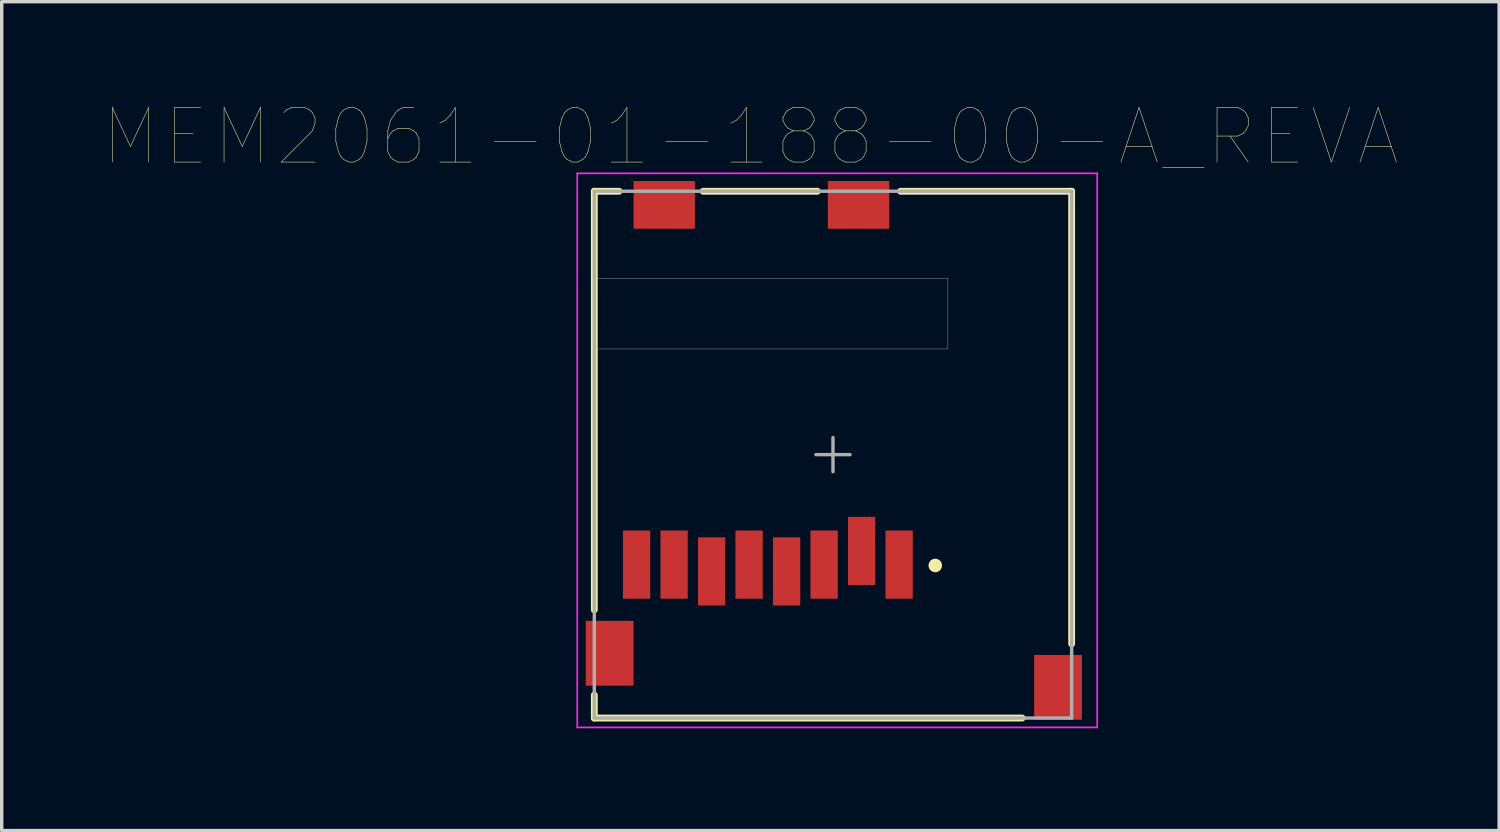
<source format=kicad_pcb>
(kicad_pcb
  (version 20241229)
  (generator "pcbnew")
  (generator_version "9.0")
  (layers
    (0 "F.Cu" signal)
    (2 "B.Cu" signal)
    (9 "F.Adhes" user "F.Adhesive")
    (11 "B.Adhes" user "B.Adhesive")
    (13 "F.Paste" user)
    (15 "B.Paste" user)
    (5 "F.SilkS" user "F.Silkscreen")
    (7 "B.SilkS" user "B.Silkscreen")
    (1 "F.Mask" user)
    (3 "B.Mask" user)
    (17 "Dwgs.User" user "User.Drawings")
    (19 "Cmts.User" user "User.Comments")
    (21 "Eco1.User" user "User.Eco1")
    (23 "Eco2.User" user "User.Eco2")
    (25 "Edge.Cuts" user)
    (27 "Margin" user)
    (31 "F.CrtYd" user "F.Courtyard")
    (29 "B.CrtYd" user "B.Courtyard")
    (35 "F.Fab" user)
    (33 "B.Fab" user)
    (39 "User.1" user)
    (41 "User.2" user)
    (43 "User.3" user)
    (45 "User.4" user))
  (footprint "MEM2061-01-188-00-A_REVA"
    (layer "F.Cu")
    (at 21.38 10.284)
    (property "Reference" "MEM2061-01-188-00-A_REVA" (at -2.421 -9.321 0) (layer "F.SilkS") (effects (font (size 1.601 1.601) (thickness 0.015))))
    (attr through_hole)
    (fp_line (start -7 -7.725) (end -6.274 -7.725) (stroke (width 0.2) (type solid)) (layer "F.SilkS"))
    (fp_line (start -7 4.55) (end -7 -7.725) (stroke (width 0.2) (type solid)) (layer "F.SilkS"))
    (fp_line (start -7 7.725) (end -7 7.05) (stroke (width 0.2) (type solid)) (layer "F.SilkS"))
    (fp_line (start -7 7.725) (end 5.55 7.725) (stroke (width 0.2) (type solid)) (layer "F.SilkS"))
    (fp_line (start -3.81 -7.725) (end -0.457 -7.725) (stroke (width 0.2) (type solid)) (layer "F.SilkS"))
    (fp_line (start 1.981 -7.725) (end 7 -7.725) (stroke (width 0.2) (type solid)) (layer "F.SilkS"))
    (fp_line (start 7 5.55) (end 7 -7.725) (stroke (width 0.2) (type solid)) (layer "F.SilkS"))
    (fp_circle (center 3 3.25) (end 3.1 3.25) (stroke (width 0.2) (type solid)) (fill no) (layer "F.SilkS"))
    (fp_poly (pts (xy -7.011 -5.175) (xy 3.37 -5.175) (xy 3.37 -3.1) (xy -7.011 -3.1)) (stroke (width 0.01) (type solid)) (fill no) (layer "Dwgs.User"))
    (fp_line (start -7.5 -8.25) (end 7.75 -8.25) (stroke (width 0.05) (type solid)) (layer "F.CrtYd"))
    (fp_line (start -7.5 8) (end -7.5 -8.25) (stroke (width 0.05) (type solid)) (layer "F.CrtYd"))
    (fp_line (start 7.75 -8.25) (end 7.75 8) (stroke (width 0.05) (type solid)) (layer "F.CrtYd"))
    (fp_line (start 7.75 8) (end -7.5 8) (stroke (width 0.05) (type solid)) (layer "F.CrtYd"))
    (fp_line (start -7 -7.725) (end 7 -7.725) (stroke (width 0.1) (type solid)) (layer "F.Fab"))
    (fp_line (start -7 7.725) (end -7 -7.725) (stroke (width 0.1) (type solid)) (layer "F.Fab"))
    (fp_line (start -7 7.725) (end 7 7.725) (stroke (width 0.1) (type solid)) (layer "F.Fab"))
    (fp_line (start -0.5 0) (end 0.5 0) (stroke (width 0.1) (type solid)) (layer "F.Fab"))
    (fp_line (start 0 0.5) (end 0 -0.5) (stroke (width 0.1) (type solid)) (layer "F.Fab"))
    (fp_line (start 7 7.725) (end 7 -7.725) (stroke (width 0.1) (type solid)) (layer "F.Fab"))
    (pad "1" smd rect (at 1.94 3.225) (size 0.8 2) (layers "F.Cu" "F.Mask" "F.Paste"))
    (pad "2" smd rect (at 0.84 2.825) (size 0.8 2) (layers "F.Cu" "F.Mask" "F.Paste"))
    (pad "3" smd rect (at -0.26 3.225) (size 0.8 2) (layers "F.Cu" "F.Mask" "F.Paste"))
    (pad "4" smd rect (at -1.36 3.425) (size 0.8 2) (layers "F.Cu" "F.Mask" "F.Paste"))
    (pad "5" smd rect (at -2.46 3.225) (size 0.8 2) (layers "F.Cu" "F.Mask" "F.Paste"))
    (pad "6" smd rect (at -3.56 3.425) (size 0.8 2) (layers "F.Cu" "F.Mask" "F.Paste"))
    (pad "7" smd rect (at -4.66 3.225) (size 0.8 2) (layers "F.Cu" "F.Mask" "F.Paste"))
    (pad "8" smd rect (at -5.76 3.225) (size 0.8 2) (layers "F.Cu" "F.Mask" "F.Paste"))
    (pad "9" smd rect (at -4.95 -7.325) (size 1.8 1.4) (layers "F.Cu" "F.Mask" "F.Paste"))
    (pad "10" smd rect (at 0.75 -7.325) (size 1.8 1.4) (layers "F.Cu" "F.Mask" "F.Paste"))
    (pad "11" smd rect (at -6.55 5.825) (size 1.4 1.9) (layers "F.Cu" "F.Mask" "F.Paste"))
    (pad "12" smd rect (at 6.6 6.825) (size 1.4 1.9) (layers "F.Cu" "F.Mask" "F.Paste")))
  (gr_rect
    (start -3 -3)
    (end 40.917 21.309)
    (stroke (width 0.1) (type default))
    (fill no)
    (layer "Edge.Cuts")))
</source>
